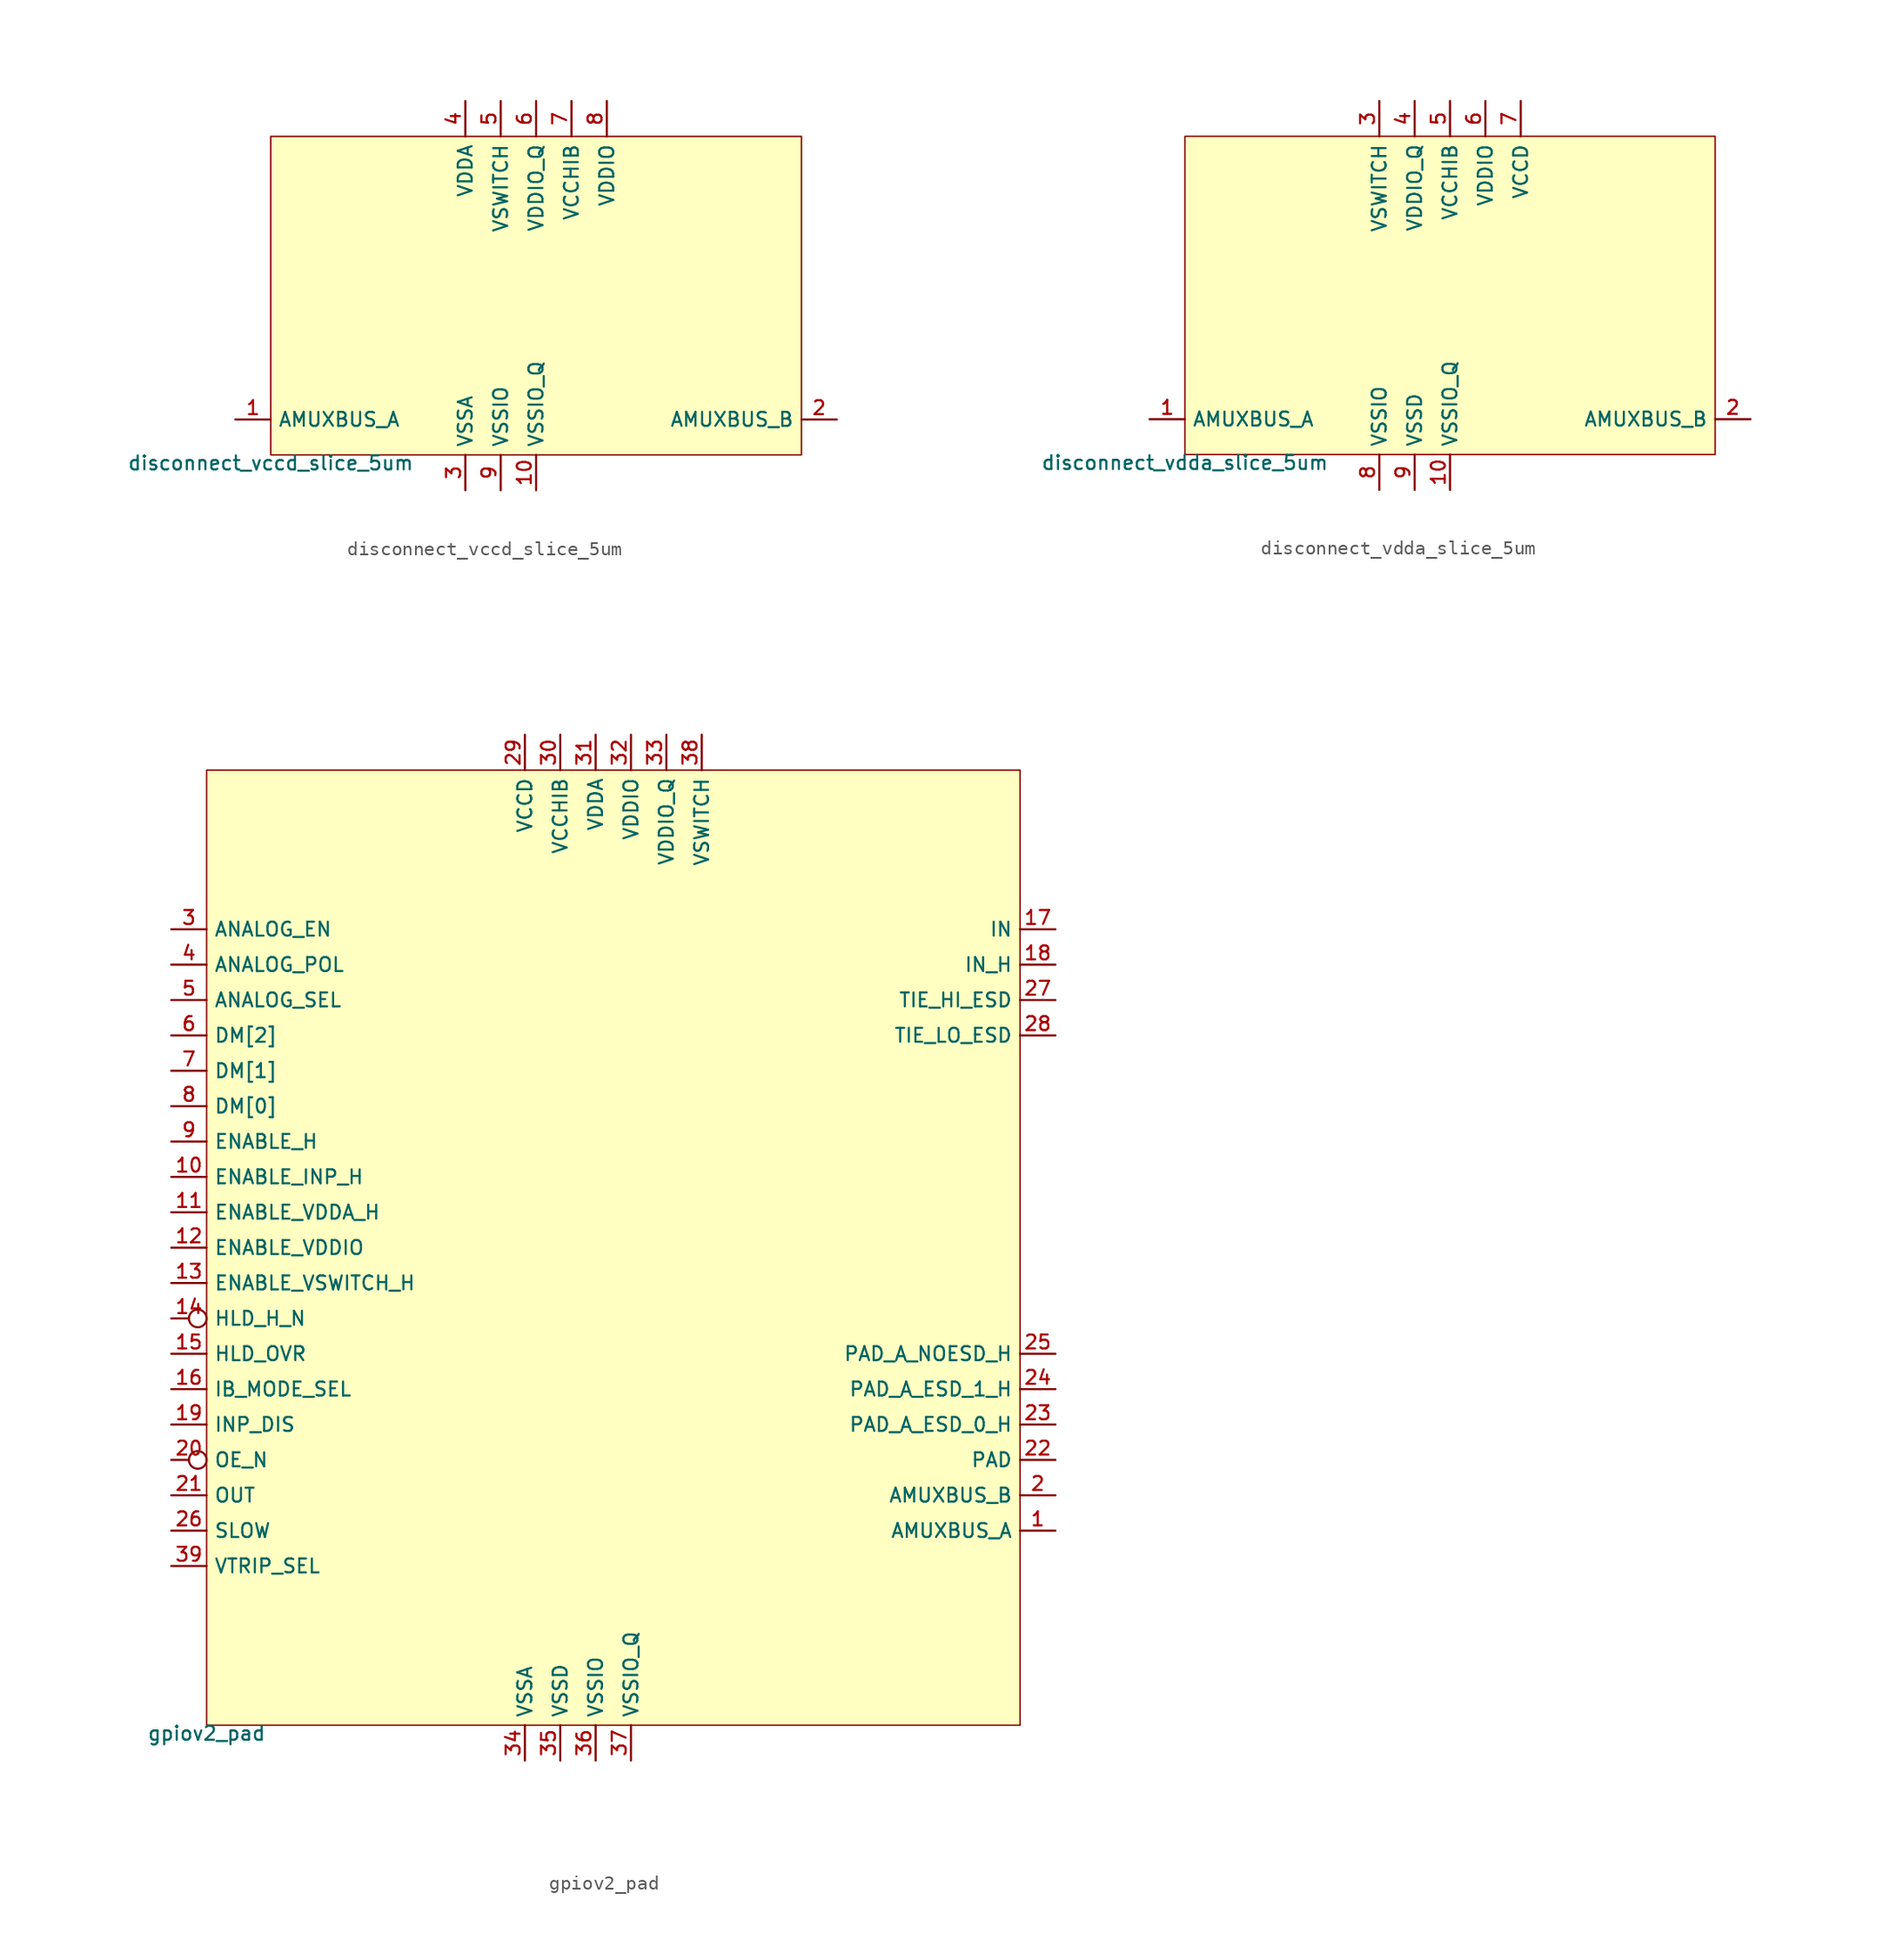
<source format=kicad_sym>
(kicad_symbol_lib
  (version 20211014)
  (generator pdk2kicad)
  (symbol "disconnect_vccd_slice_5um"
    (property "Reference" "X"
      (at 0 0 0)
      (effects (font (size 1 1)) hide))
    (property "Value" "disconnect_vccd_slice_5um"
      (at -19.05 -11.43 0)
      (effects (font (size 1 1)) (justify top)))
    (rectangle
      (start -19.05 -11.43)
      (end 19.05 11.43)
      (stroke (width 0.1) (type solid) (color 0 0 0 0))
      (fill (type background)))
    (pin bidirectional line
      (at -21.59 -8.89 0)
      (length 2.54)
      (name "AMUXBUS_A" (effects (font (size 1 1)) hide))
      (number "1" (effects (font (size 1 1)) hide)))
    (pin bidirectional line
      (at 21.59 -8.89 180)
      (length 2.54)
      (name "AMUXBUS_B" (effects (font (size 1 1)) hide))
      (number "2" (effects (font (size 1 1)) hide)))
    (pin power_in line
      (at -5.08 -13.97 90)
      (length 2.54)
      (name "VSSA" (effects (font (size 1 1)) hide))
      (number "3" (effects (font (size 1 1)) hide)))
    (pin power_in line
      (at -5.08 13.97 270)
      (length 2.54)
      (name "VDDA" (effects (font (size 1 1)) hide))
      (number "4" (effects (font (size 1 1)) hide)))
    (pin power_in line
      (at -2.54 13.97 270)
      (length 2.54)
      (name "VSWITCH" (effects (font (size 1 1)) hide))
      (number "5" (effects (font (size 1 1)) hide)))
    (pin power_in line
      (at 3.552713678800501e-15 13.97 270)
      (length 2.54)
      (name "VDDIO_Q" (effects (font (size 1 1)) hide))
      (number "6" (effects (font (size 1 1)) hide)))
    (pin power_in line
      (at 2.54 13.97 270)
      (length 2.54)
      (name "VCCHIB" (effects (font (size 1 1)) hide))
      (number "7" (effects (font (size 1 1)) hide)))
    (pin power_in line
      (at 5.08 13.97 270)
      (length 2.54)
      (name "VDDIO" (effects (font (size 1 1)) hide))
      (number "8" (effects (font (size 1 1)) hide)))
    (pin power_in line
      (at -2.54 -13.97 90)
      (length 2.54)
      (name "VSSIO" (effects (font (size 1 1)) hide))
      (number "9" (effects (font (size 1 1)) hide)))
    (pin power_in line
      (at 3.552713678800501e-15 -13.97 90)
      (length 2.54)
      (name "VSSIO_Q" (effects (font (size 1 1)) hide))
      (number "10" (effects (font (size 1 1)) hide))))
  (symbol "disconnect_vdda_slice_5um"
    (property "Reference" "X"
      (at 0 0 0)
      (effects (font (size 1 1)) hide))
    (property "Value" "disconnect_vdda_slice_5um"
      (at -19.05 -11.43 0)
      (effects (font (size 1 1)) (justify top)))
    (rectangle
      (start -19.05 -11.43)
      (end 19.05 11.43)
      (stroke (width 0.1) (type solid) (color 0 0 0 0))
      (fill (type background)))
    (pin bidirectional line
      (at -21.59 -8.89 0)
      (length 2.54)
      (name "AMUXBUS_A" (effects (font (size 1 1)) hide))
      (number "1" (effects (font (size 1 1)) hide)))
    (pin bidirectional line
      (at 21.59 -8.89 180)
      (length 2.54)
      (name "AMUXBUS_B" (effects (font (size 1 1)) hide))
      (number "2" (effects (font (size 1 1)) hide)))
    (pin power_in line
      (at -5.08 13.97 270)
      (length 2.54)
      (name "VSWITCH" (effects (font (size 1 1)) hide))
      (number "3" (effects (font (size 1 1)) hide)))
    (pin power_in line
      (at -2.54 13.97 270)
      (length 2.54)
      (name "VDDIO_Q" (effects (font (size 1 1)) hide))
      (number "4" (effects (font (size 1 1)) hide)))
    (pin power_in line
      (at 3.552713678800501e-15 13.97 270)
      (length 2.54)
      (name "VCCHIB" (effects (font (size 1 1)) hide))
      (number "5" (effects (font (size 1 1)) hide)))
    (pin power_in line
      (at 2.54 13.97 270)
      (length 2.54)
      (name "VDDIO" (effects (font (size 1 1)) hide))
      (number "6" (effects (font (size 1 1)) hide)))
    (pin power_in line
      (at 5.08 13.97 270)
      (length 2.54)
      (name "VCCD" (effects (font (size 1 1)) hide))
      (number "7" (effects (font (size 1 1)) hide)))
    (pin power_in line
      (at -5.08 -13.97 90)
      (length 2.54)
      (name "VSSIO" (effects (font (size 1 1)) hide))
      (number "8" (effects (font (size 1 1)) hide)))
    (pin power_in line
      (at -2.54 -13.97 90)
      (length 2.54)
      (name "VSSD" (effects (font (size 1 1)) hide))
      (number "9" (effects (font (size 1 1)) hide)))
    (pin power_in line
      (at 3.552713678800501e-15 -13.97 90)
      (length 2.54)
      (name "VSSIO_Q" (effects (font (size 1 1)) hide))
      (number "10" (effects (font (size 1 1)) hide))))
  (symbol "gpiov2_pad"
    (property "Reference" "X"
      (at 0 0 0)
      (effects (font (size 1 1)) hide))
    (property "Value" "gpiov2_pad"
      (at -29.21 -34.29 0)
      (effects (font (size 1 1)) (justify top)))
    (rectangle
      (start -29.21 -34.29)
      (end 29.21 34.29)
      (stroke (width 0.1) (type solid) (color 0 0 0 0))
      (fill (type background)))
    (pin bidirectional line
      (at 31.75 -20.32 180)
      (length 2.54)
      (name "AMUXBUS_A" (effects (font (size 1 1)) hide))
      (number "1" (effects (font (size 1 1)) hide)))
    (pin bidirectional line
      (at 31.75 -17.78 180)
      (length 2.54)
      (name "AMUXBUS_B" (effects (font (size 1 1)) hide))
      (number "2" (effects (font (size 1 1)) hide)))
    (pin input line
      (at -31.75 22.86 0)
      (length 2.54)
      (name "ANALOG_EN" (effects (font (size 1 1)) hide))
      (number "3" (effects (font (size 1 1)) hide)))
    (pin input line
      (at -31.75 20.32 0)
      (length 2.54)
      (name "ANALOG_POL" (effects (font (size 1 1)) hide))
      (number "4" (effects (font (size 1 1)) hide)))
    (pin input line
      (at -31.75 17.78 0)
      (length 2.54)
      (name "ANALOG_SEL" (effects (font (size 1 1)) hide))
      (number "5" (effects (font (size 1 1)) hide)))
    (pin input line
      (at -31.75 15.24 0)
      (length 2.54)
      (name "DM[2]" (effects (font (size 1 1)) hide))
      (number "6" (effects (font (size 1 1)) hide)))
    (pin input line
      (at -31.75 12.7 0)
      (length 2.54)
      (name "DM[1]" (effects (font (size 1 1)) hide))
      (number "7" (effects (font (size 1 1)) hide)))
    (pin input line
      (at -31.75 10.16 0)
      (length 2.54)
      (name "DM[0]" (effects (font (size 1 1)) hide))
      (number "8" (effects (font (size 1 1)) hide)))
    (pin input line
      (at -31.75 7.62 0)
      (length 2.54)
      (name "ENABLE_H" (effects (font (size 1 1)) hide))
      (number "9" (effects (font (size 1 1)) hide)))
    (pin input line
      (at -31.75 5.08 0)
      (length 2.54)
      (name "ENABLE_INP_H" (effects (font (size 1 1)) hide))
      (number "10" (effects (font (size 1 1)) hide)))
    (pin input line
      (at -31.75 2.54 0)
      (length 2.54)
      (name "ENABLE_VDDA_H" (effects (font (size 1 1)) hide))
      (number "11" (effects (font (size 1 1)) hide)))
    (pin input line
      (at -31.75 0.0 0)
      (length 2.54)
      (name "ENABLE_VDDIO" (effects (font (size 1 1)) hide))
      (number "12" (effects (font (size 1 1)) hide)))
    (pin input line
      (at -31.75 -2.54 0)
      (length 2.54)
      (name "ENABLE_VSWITCH_H" (effects (font (size 1 1)) hide))
      (number "13" (effects (font (size 1 1)) hide)))
    (pin input inverted
      (at -31.75 -5.08 0)
      (length 2.54)
      (name "HLD_H_N" (effects (font (size 1 1)) hide))
      (number "14" (effects (font (size 1 1)) hide)))
    (pin input line
      (at -31.75 -7.62 0)
      (length 2.54)
      (name "HLD_OVR" (effects (font (size 1 1)) hide))
      (number "15" (effects (font (size 1 1)) hide)))
    (pin input line
      (at -31.75 -10.16 0)
      (length 2.54)
      (name "IB_MODE_SEL" (effects (font (size 1 1)) hide))
      (number "16" (effects (font (size 1 1)) hide)))
    (pin output line
      (at 31.75 22.86 180)
      (length 2.54)
      (name "IN" (effects (font (size 1 1)) hide))
      (number "17" (effects (font (size 1 1)) hide)))
    (pin output line
      (at 31.75 20.32 180)
      (length 2.54)
      (name "IN_H" (effects (font (size 1 1)) hide))
      (number "18" (effects (font (size 1 1)) hide)))
    (pin input line
      (at -31.75 -12.7 0)
      (length 2.54)
      (name "INP_DIS" (effects (font (size 1 1)) hide))
      (number "19" (effects (font (size 1 1)) hide)))
    (pin input inverted
      (at -31.75 -15.24 0)
      (length 2.54)
      (name "OE_N" (effects (font (size 1 1)) hide))
      (number "20" (effects (font (size 1 1)) hide)))
    (pin input line
      (at -31.75 -17.78 0)
      (length 2.54)
      (name "OUT" (effects (font (size 1 1)) hide))
      (number "21" (effects (font (size 1 1)) hide)))
    (pin bidirectional line
      (at 31.75 -15.24 180)
      (length 2.54)
      (name "PAD" (effects (font (size 1 1)) hide))
      (number "22" (effects (font (size 1 1)) hide)))
    (pin bidirectional line
      (at 31.75 -12.7 180)
      (length 2.54)
      (name "PAD_A_ESD_0_H" (effects (font (size 1 1)) hide))
      (number "23" (effects (font (size 1 1)) hide)))
    (pin bidirectional line
      (at 31.75 -10.16 180)
      (length 2.54)
      (name "PAD_A_ESD_1_H" (effects (font (size 1 1)) hide))
      (number "24" (effects (font (size 1 1)) hide)))
    (pin bidirectional line
      (at 31.75 -7.62 180)
      (length 2.54)
      (name "PAD_A_NOESD_H" (effects (font (size 1 1)) hide))
      (number "25" (effects (font (size 1 1)) hide)))
    (pin input line
      (at -31.75 -20.32 0)
      (length 2.54)
      (name "SLOW" (effects (font (size 1 1)) hide))
      (number "26" (effects (font (size 1 1)) hide)))
    (pin output line
      (at 31.75 17.78 180)
      (length 2.54)
      (name "TIE_HI_ESD" (effects (font (size 1 1)) hide))
      (number "27" (effects (font (size 1 1)) hide)))
    (pin output line
      (at 31.75 15.24 180)
      (length 2.54)
      (name "TIE_LO_ESD" (effects (font (size 1 1)) hide))
      (number "28" (effects (font (size 1 1)) hide)))
    (pin power_in line
      (at -6.35 36.83 270)
      (length 2.54)
      (name "VCCD" (effects (font (size 1 1)) hide))
      (number "29" (effects (font (size 1 1)) hide)))
    (pin power_in line
      (at -3.81 36.83 270)
      (length 2.54)
      (name "VCCHIB" (effects (font (size 1 1)) hide))
      (number "30" (effects (font (size 1 1)) hide)))
    (pin power_in line
      (at -1.27 36.83 270)
      (length 2.54)
      (name "VDDA" (effects (font (size 1 1)) hide))
      (number "31" (effects (font (size 1 1)) hide)))
    (pin power_in line
      (at 1.27 36.83 270)
      (length 2.54)
      (name "VDDIO" (effects (font (size 1 1)) hide))
      (number "32" (effects (font (size 1 1)) hide)))
    (pin power_in line
      (at 3.81 36.83 270)
      (length 2.54)
      (name "VDDIO_Q" (effects (font (size 1 1)) hide))
      (number "33" (effects (font (size 1 1)) hide)))
    (pin power_in line
      (at -6.35 -36.83 90)
      (length 2.54)
      (name "VSSA" (effects (font (size 1 1)) hide))
      (number "34" (effects (font (size 1 1)) hide)))
    (pin power_in line
      (at -3.81 -36.83 90)
      (length 2.54)
      (name "VSSD" (effects (font (size 1 1)) hide))
      (number "35" (effects (font (size 1 1)) hide)))
    (pin power_in line
      (at -1.27 -36.83 90)
      (length 2.54)
      (name "VSSIO" (effects (font (size 1 1)) hide))
      (number "36" (effects (font (size 1 1)) hide)))
    (pin power_in line
      (at 1.27 -36.83 90)
      (length 2.54)
      (name "VSSIO_Q" (effects (font (size 1 1)) hide))
      (number "37" (effects (font (size 1 1)) hide)))
    (pin power_in line
      (at 6.35 36.83 270)
      (length 2.54)
      (name "VSWITCH" (effects (font (size 1 1)) hide))
      (number "38" (effects (font (size 1 1)) hide)))
    (pin input line
      (at -31.75 -22.86 0)
      (length 2.54)
      (name "VTRIP_SEL" (effects (font (size 1 1)) hide))
      (number "39" (effects (font (size 1 1)) hide)))))
</source>
